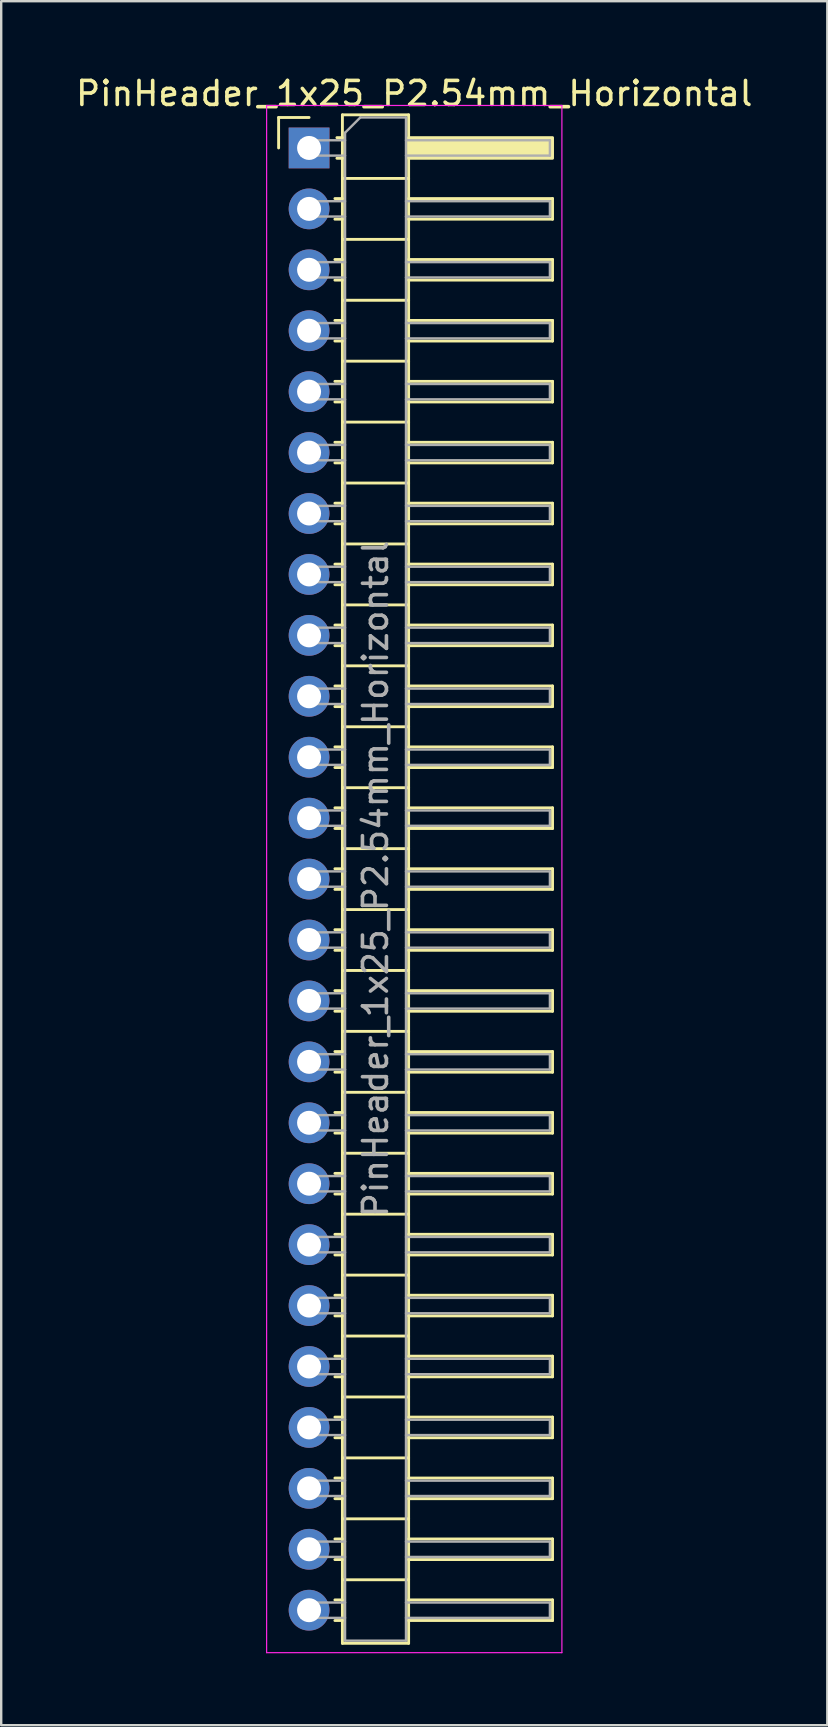
<source format=kicad_pcb>
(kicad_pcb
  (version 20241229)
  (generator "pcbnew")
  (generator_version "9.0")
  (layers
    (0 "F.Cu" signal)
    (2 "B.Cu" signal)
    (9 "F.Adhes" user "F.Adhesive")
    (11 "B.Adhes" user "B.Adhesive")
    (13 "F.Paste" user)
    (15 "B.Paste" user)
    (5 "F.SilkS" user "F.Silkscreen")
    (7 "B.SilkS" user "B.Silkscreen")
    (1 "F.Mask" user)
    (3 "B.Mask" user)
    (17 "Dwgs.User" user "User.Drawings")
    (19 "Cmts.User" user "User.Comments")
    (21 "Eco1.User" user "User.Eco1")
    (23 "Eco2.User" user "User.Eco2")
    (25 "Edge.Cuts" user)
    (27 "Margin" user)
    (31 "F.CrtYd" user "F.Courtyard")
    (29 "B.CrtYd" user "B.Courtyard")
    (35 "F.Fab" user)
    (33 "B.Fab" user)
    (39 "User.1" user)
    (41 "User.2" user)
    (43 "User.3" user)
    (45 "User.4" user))
  (footprint "PinHeader_1x25_P2.54mm_Horizontal"
    (layer "F.Cu")
    (at 9.835 3.118)
    (property "Reference" "PinHeader_1x25_P2.54mm_Horizontal" (at 4.385 -2.27 0) (layer "F.SilkS") (effects (font (size 1 1) (thickness 0.15))))
    (attr through_hole)
    (fp_line (start -1.27 -1.27) (end 0 -1.27) (stroke (width 0.12) (type solid)) (layer "F.SilkS"))
    (fp_line (start -1.27 0) (end -1.27 -1.27) (stroke (width 0.12) (type solid)) (layer "F.SilkS"))
    (fp_line (start 1.077 2.11) (end 1.39 2.11) (stroke (width 0.12) (type solid)) (layer "F.SilkS"))
    (fp_line (start 1.077 2.97) (end 1.39 2.97) (stroke (width 0.12) (type solid)) (layer "F.SilkS"))
    (fp_line (start 1.077 4.65) (end 1.39 4.65) (stroke (width 0.12) (type solid)) (layer "F.SilkS"))
    (fp_line (start 1.077 5.51) (end 1.39 5.51) (stroke (width 0.12) (type solid)) (layer "F.SilkS"))
    (fp_line (start 1.077 7.19) (end 1.39 7.19) (stroke (width 0.12) (type solid)) (layer "F.SilkS"))
    (fp_line (start 1.077 8.05) (end 1.39 8.05) (stroke (width 0.12) (type solid)) (layer "F.SilkS"))
    (fp_line (start 1.077 9.73) (end 1.39 9.73) (stroke (width 0.12) (type solid)) (layer "F.SilkS"))
    (fp_line (start 1.077 10.59) (end 1.39 10.59) (stroke (width 0.12) (type solid)) (layer "F.SilkS"))
    (fp_line (start 1.077 12.27) (end 1.39 12.27) (stroke (width 0.12) (type solid)) (layer "F.SilkS"))
    (fp_line (start 1.077 13.13) (end 1.39 13.13) (stroke (width 0.12) (type solid)) (layer "F.SilkS"))
    (fp_line (start 1.077 14.81) (end 1.39 14.81) (stroke (width 0.12) (type solid)) (layer "F.SilkS"))
    (fp_line (start 1.077 15.67) (end 1.39 15.67) (stroke (width 0.12) (type solid)) (layer "F.SilkS"))
    (fp_line (start 1.077 17.35) (end 1.39 17.35) (stroke (width 0.12) (type solid)) (layer "F.SilkS"))
    (fp_line (start 1.077 18.21) (end 1.39 18.21) (stroke (width 0.12) (type solid)) (layer "F.SilkS"))
    (fp_line (start 1.077 19.89) (end 1.39 19.89) (stroke (width 0.12) (type solid)) (layer "F.SilkS"))
    (fp_line (start 1.077 20.75) (end 1.39 20.75) (stroke (width 0.12) (type solid)) (layer "F.SilkS"))
    (fp_line (start 1.077 22.43) (end 1.39 22.43) (stroke (width 0.12) (type solid)) (layer "F.SilkS"))
    (fp_line (start 1.077 23.29) (end 1.39 23.29) (stroke (width 0.12) (type solid)) (layer "F.SilkS"))
    (fp_line (start 1.077 24.97) (end 1.39 24.97) (stroke (width 0.12) (type solid)) (layer "F.SilkS"))
    (fp_line (start 1.077 25.83) (end 1.39 25.83) (stroke (width 0.12) (type solid)) (layer "F.SilkS"))
    (fp_line (start 1.077 27.51) (end 1.39 27.51) (stroke (width 0.12) (type solid)) (layer "F.SilkS"))
    (fp_line (start 1.077 28.37) (end 1.39 28.37) (stroke (width 0.12) (type solid)) (layer "F.SilkS"))
    (fp_line (start 1.077 30.05) (end 1.39 30.05) (stroke (width 0.12) (type solid)) (layer "F.SilkS"))
    (fp_line (start 1.077 30.91) (end 1.39 30.91) (stroke (width 0.12) (type solid)) (layer "F.SilkS"))
    (fp_line (start 1.077 32.59) (end 1.39 32.59) (stroke (width 0.12) (type solid)) (layer "F.SilkS"))
    (fp_line (start 1.077 33.45) (end 1.39 33.45) (stroke (width 0.12) (type solid)) (layer "F.SilkS"))
    (fp_line (start 1.077 35.13) (end 1.39 35.13) (stroke (width 0.12) (type solid)) (layer "F.SilkS"))
    (fp_line (start 1.077 35.99) (end 1.39 35.99) (stroke (width 0.12) (type solid)) (layer "F.SilkS"))
    (fp_line (start 1.077 37.67) (end 1.39 37.67) (stroke (width 0.12) (type solid)) (layer "F.SilkS"))
    (fp_line (start 1.077 38.53) (end 1.39 38.53) (stroke (width 0.12) (type solid)) (layer "F.SilkS"))
    (fp_line (start 1.077 40.21) (end 1.39 40.21) (stroke (width 0.12) (type solid)) (layer "F.SilkS"))
    (fp_line (start 1.077 41.07) (end 1.39 41.07) (stroke (width 0.12) (type solid)) (layer "F.SilkS"))
    (fp_line (start 1.077 42.75) (end 1.39 42.75) (stroke (width 0.12) (type solid)) (layer "F.SilkS"))
    (fp_line (start 1.077 43.61) (end 1.39 43.61) (stroke (width 0.12) (type solid)) (layer "F.SilkS"))
    (fp_line (start 1.077 45.29) (end 1.39 45.29) (stroke (width 0.12) (type solid)) (layer "F.SilkS"))
    (fp_line (start 1.077 46.15) (end 1.39 46.15) (stroke (width 0.12) (type solid)) (layer "F.SilkS"))
    (fp_line (start 1.077 47.83) (end 1.39 47.83) (stroke (width 0.12) (type solid)) (layer "F.SilkS"))
    (fp_line (start 1.077 48.69) (end 1.39 48.69) (stroke (width 0.12) (type solid)) (layer "F.SilkS"))
    (fp_line (start 1.077 50.37) (end 1.39 50.37) (stroke (width 0.12) (type solid)) (layer "F.SilkS"))
    (fp_line (start 1.077 51.23) (end 1.39 51.23) (stroke (width 0.12) (type solid)) (layer "F.SilkS"))
    (fp_line (start 1.077 52.91) (end 1.39 52.91) (stroke (width 0.12) (type solid)) (layer "F.SilkS"))
    (fp_line (start 1.077 53.77) (end 1.39 53.77) (stroke (width 0.12) (type solid)) (layer "F.SilkS"))
    (fp_line (start 1.077 55.45) (end 1.39 55.45) (stroke (width 0.12) (type solid)) (layer "F.SilkS"))
    (fp_line (start 1.077 56.31) (end 1.39 56.31) (stroke (width 0.12) (type solid)) (layer "F.SilkS"))
    (fp_line (start 1.077 57.99) (end 1.39 57.99) (stroke (width 0.12) (type solid)) (layer "F.SilkS"))
    (fp_line (start 1.077 58.85) (end 1.39 58.85) (stroke (width 0.12) (type solid)) (layer "F.SilkS"))
    (fp_line (start 1.077 60.53) (end 1.39 60.53) (stroke (width 0.12) (type solid)) (layer "F.SilkS"))
    (fp_line (start 1.077 61.39) (end 1.39 61.39) (stroke (width 0.12) (type solid)) (layer "F.SilkS"))
    (fp_line (start 1.16 -0.43) (end 1.39 -0.43) (stroke (width 0.12) (type solid)) (layer "F.SilkS"))
    (fp_line (start 1.16 0.43) (end 1.39 0.43) (stroke (width 0.12) (type solid)) (layer "F.SilkS"))
    (fp_line (start 1.39 -1.38) (end 1.39 62.34) (stroke (width 0.12) (type solid)) (layer "F.SilkS"))
    (fp_line (start 1.39 1.27) (end 4.15 1.27) (stroke (width 0.12) (type solid)) (layer "F.SilkS"))
    (fp_line (start 1.39 3.81) (end 4.15 3.81) (stroke (width 0.12) (type solid)) (layer "F.SilkS"))
    (fp_line (start 1.39 6.35) (end 4.15 6.35) (stroke (width 0.12) (type solid)) (layer "F.SilkS"))
    (fp_line (start 1.39 8.89) (end 4.15 8.89) (stroke (width 0.12) (type solid)) (layer "F.SilkS"))
    (fp_line (start 1.39 11.43) (end 4.15 11.43) (stroke (width 0.12) (type solid)) (layer "F.SilkS"))
    (fp_line (start 1.39 13.97) (end 4.15 13.97) (stroke (width 0.12) (type solid)) (layer "F.SilkS"))
    (fp_line (start 1.39 16.51) (end 4.15 16.51) (stroke (width 0.12) (type solid)) (layer "F.SilkS"))
    (fp_line (start 1.39 19.05) (end 4.15 19.05) (stroke (width 0.12) (type solid)) (layer "F.SilkS"))
    (fp_line (start 1.39 21.59) (end 4.15 21.59) (stroke (width 0.12) (type solid)) (layer "F.SilkS"))
    (fp_line (start 1.39 24.13) (end 4.15 24.13) (stroke (width 0.12) (type solid)) (layer "F.SilkS"))
    (fp_line (start 1.39 26.67) (end 4.15 26.67) (stroke (width 0.12) (type solid)) (layer "F.SilkS"))
    (fp_line (start 1.39 29.21) (end 4.15 29.21) (stroke (width 0.12) (type solid)) (layer "F.SilkS"))
    (fp_line (start 1.39 31.75) (end 4.15 31.75) (stroke (width 0.12) (type solid)) (layer "F.SilkS"))
    (fp_line (start 1.39 34.29) (end 4.15 34.29) (stroke (width 0.12) (type solid)) (layer "F.SilkS"))
    (fp_line (start 1.39 36.83) (end 4.15 36.83) (stroke (width 0.12) (type solid)) (layer "F.SilkS"))
    (fp_line (start 1.39 39.37) (end 4.15 39.37) (stroke (width 0.12) (type solid)) (layer "F.SilkS"))
    (fp_line (start 1.39 41.91) (end 4.15 41.91) (stroke (width 0.12) (type solid)) (layer "F.SilkS"))
    (fp_line (start 1.39 44.45) (end 4.15 44.45) (stroke (width 0.12) (type solid)) (layer "F.SilkS"))
    (fp_line (start 1.39 46.99) (end 4.15 46.99) (stroke (width 0.12) (type solid)) (layer "F.SilkS"))
    (fp_line (start 1.39 49.53) (end 4.15 49.53) (stroke (width 0.12) (type solid)) (layer "F.SilkS"))
    (fp_line (start 1.39 52.07) (end 4.15 52.07) (stroke (width 0.12) (type solid)) (layer "F.SilkS"))
    (fp_line (start 1.39 54.61) (end 4.15 54.61) (stroke (width 0.12) (type solid)) (layer "F.SilkS"))
    (fp_line (start 1.39 57.15) (end 4.15 57.15) (stroke (width 0.12) (type solid)) (layer "F.SilkS"))
    (fp_line (start 1.39 59.69) (end 4.15 59.69) (stroke (width 0.12) (type solid)) (layer "F.SilkS"))
    (fp_line (start 1.39 62.34) (end 4.15 62.34) (stroke (width 0.12) (type solid)) (layer "F.SilkS"))
    (fp_line (start 4.15 -1.38) (end 1.39 -1.38) (stroke (width 0.12) (type solid)) (layer "F.SilkS"))
    (fp_line (start 4.15 2.11) (end 10.15 2.11) (stroke (width 0.12) (type solid)) (layer "F.SilkS"))
    (fp_line (start 4.15 4.65) (end 10.15 4.65) (stroke (width 0.12) (type solid)) (layer "F.SilkS"))
    (fp_line (start 4.15 7.19) (end 10.15 7.19) (stroke (width 0.12) (type solid)) (layer "F.SilkS"))
    (fp_line (start 4.15 9.73) (end 10.15 9.73) (stroke (width 0.12) (type solid)) (layer "F.SilkS"))
    (fp_line (start 4.15 12.27) (end 10.15 12.27) (stroke (width 0.12) (type solid)) (layer "F.SilkS"))
    (fp_line (start 4.15 14.81) (end 10.15 14.81) (stroke (width 0.12) (type solid)) (layer "F.SilkS"))
    (fp_line (start 4.15 17.35) (end 10.15 17.35) (stroke (width 0.12) (type solid)) (layer "F.SilkS"))
    (fp_line (start 4.15 19.89) (end 10.15 19.89) (stroke (width 0.12) (type solid)) (layer "F.SilkS"))
    (fp_line (start 4.15 22.43) (end 10.15 22.43) (stroke (width 0.12) (type solid)) (layer "F.SilkS"))
    (fp_line (start 4.15 24.97) (end 10.15 24.97) (stroke (width 0.12) (type solid)) (layer "F.SilkS"))
    (fp_line (start 4.15 27.51) (end 10.15 27.51) (stroke (width 0.12) (type solid)) (layer "F.SilkS"))
    (fp_line (start 4.15 30.05) (end 10.15 30.05) (stroke (width 0.12) (type solid)) (layer "F.SilkS"))
    (fp_line (start 4.15 32.59) (end 10.15 32.59) (stroke (width 0.12) (type solid)) (layer "F.SilkS"))
    (fp_line (start 4.15 35.13) (end 10.15 35.13) (stroke (width 0.12) (type solid)) (layer "F.SilkS"))
    (fp_line (start 4.15 37.67) (end 10.15 37.67) (stroke (width 0.12) (type solid)) (layer "F.SilkS"))
    (fp_line (start 4.15 40.21) (end 10.15 40.21) (stroke (width 0.12) (type solid)) (layer "F.SilkS"))
    (fp_line (start 4.15 42.75) (end 10.15 42.75) (stroke (width 0.12) (type solid)) (layer "F.SilkS"))
    (fp_line (start 4.15 45.29) (end 10.15 45.29) (stroke (width 0.12) (type solid)) (layer "F.SilkS"))
    (fp_line (start 4.15 47.83) (end 10.15 47.83) (stroke (width 0.12) (type solid)) (layer "F.SilkS"))
    (fp_line (start 4.15 50.37) (end 10.15 50.37) (stroke (width 0.12) (type solid)) (layer "F.SilkS"))
    (fp_line (start 4.15 52.91) (end 10.15 52.91) (stroke (width 0.12) (type solid)) (layer "F.SilkS"))
    (fp_line (start 4.15 55.45) (end 10.15 55.45) (stroke (width 0.12) (type solid)) (layer "F.SilkS"))
    (fp_line (start 4.15 57.99) (end 10.15 57.99) (stroke (width 0.12) (type solid)) (layer "F.SilkS"))
    (fp_line (start 4.15 60.53) (end 10.15 60.53) (stroke (width 0.12) (type solid)) (layer "F.SilkS"))
    (fp_line (start 4.15 62.34) (end 4.15 -1.38) (stroke (width 0.12) (type solid)) (layer "F.SilkS"))
    (fp_line (start 10.15 2.11) (end 10.15 2.97) (stroke (width 0.12) (type solid)) (layer "F.SilkS"))
    (fp_line (start 10.15 2.97) (end 4.15 2.97) (stroke (width 0.12) (type solid)) (layer "F.SilkS"))
    (fp_line (start 10.15 4.65) (end 10.15 5.51) (stroke (width 0.12) (type solid)) (layer "F.SilkS"))
    (fp_line (start 10.15 5.51) (end 4.15 5.51) (stroke (width 0.12) (type solid)) (layer "F.SilkS"))
    (fp_line (start 10.15 7.19) (end 10.15 8.05) (stroke (width 0.12) (type solid)) (layer "F.SilkS"))
    (fp_line (start 10.15 8.05) (end 4.15 8.05) (stroke (width 0.12) (type solid)) (layer "F.SilkS"))
    (fp_line (start 10.15 9.73) (end 10.15 10.59) (stroke (width 0.12) (type solid)) (layer "F.SilkS"))
    (fp_line (start 10.15 10.59) (end 4.15 10.59) (stroke (width 0.12) (type solid)) (layer "F.SilkS"))
    (fp_line (start 10.15 12.27) (end 10.15 13.13) (stroke (width 0.12) (type solid)) (layer "F.SilkS"))
    (fp_line (start 10.15 13.13) (end 4.15 13.13) (stroke (width 0.12) (type solid)) (layer "F.SilkS"))
    (fp_line (start 10.15 14.81) (end 10.15 15.67) (stroke (width 0.12) (type solid)) (layer "F.SilkS"))
    (fp_line (start 10.15 15.67) (end 4.15 15.67) (stroke (width 0.12) (type solid)) (layer "F.SilkS"))
    (fp_line (start 10.15 17.35) (end 10.15 18.21) (stroke (width 0.12) (type solid)) (layer "F.SilkS"))
    (fp_line (start 10.15 18.21) (end 4.15 18.21) (stroke (width 0.12) (type solid)) (layer "F.SilkS"))
    (fp_line (start 10.15 19.89) (end 10.15 20.75) (stroke (width 0.12) (type solid)) (layer "F.SilkS"))
    (fp_line (start 10.15 20.75) (end 4.15 20.75) (stroke (width 0.12) (type solid)) (layer "F.SilkS"))
    (fp_line (start 10.15 22.43) (end 10.15 23.29) (stroke (width 0.12) (type solid)) (layer "F.SilkS"))
    (fp_line (start 10.15 23.29) (end 4.15 23.29) (stroke (width 0.12) (type solid)) (layer "F.SilkS"))
    (fp_line (start 10.15 24.97) (end 10.15 25.83) (stroke (width 0.12) (type solid)) (layer "F.SilkS"))
    (fp_line (start 10.15 25.83) (end 4.15 25.83) (stroke (width 0.12) (type solid)) (layer "F.SilkS"))
    (fp_line (start 10.15 27.51) (end 10.15 28.37) (stroke (width 0.12) (type solid)) (layer "F.SilkS"))
    (fp_line (start 10.15 28.37) (end 4.15 28.37) (stroke (width 0.12) (type solid)) (layer "F.SilkS"))
    (fp_line (start 10.15 30.05) (end 10.15 30.91) (stroke (width 0.12) (type solid)) (layer "F.SilkS"))
    (fp_line (start 10.15 30.91) (end 4.15 30.91) (stroke (width 0.12) (type solid)) (layer "F.SilkS"))
    (fp_line (start 10.15 32.59) (end 10.15 33.45) (stroke (width 0.12) (type solid)) (layer "F.SilkS"))
    (fp_line (start 10.15 33.45) (end 4.15 33.45) (stroke (width 0.12) (type solid)) (layer "F.SilkS"))
    (fp_line (start 10.15 35.13) (end 10.15 35.99) (stroke (width 0.12) (type solid)) (layer "F.SilkS"))
    (fp_line (start 10.15 35.99) (end 4.15 35.99) (stroke (width 0.12) (type solid)) (layer "F.SilkS"))
    (fp_line (start 10.15 37.67) (end 10.15 38.53) (stroke (width 0.12) (type solid)) (layer "F.SilkS"))
    (fp_line (start 10.15 38.53) (end 4.15 38.53) (stroke (width 0.12) (type solid)) (layer "F.SilkS"))
    (fp_line (start 10.15 40.21) (end 10.15 41.07) (stroke (width 0.12) (type solid)) (layer "F.SilkS"))
    (fp_line (start 10.15 41.07) (end 4.15 41.07) (stroke (width 0.12) (type solid)) (layer "F.SilkS"))
    (fp_line (start 10.15 42.75) (end 10.15 43.61) (stroke (width 0.12) (type solid)) (layer "F.SilkS"))
    (fp_line (start 10.15 43.61) (end 4.15 43.61) (stroke (width 0.12) (type solid)) (layer "F.SilkS"))
    (fp_line (start 10.15 45.29) (end 10.15 46.15) (stroke (width 0.12) (type solid)) (layer "F.SilkS"))
    (fp_line (start 10.15 46.15) (end 4.15 46.15) (stroke (width 0.12) (type solid)) (layer "F.SilkS"))
    (fp_line (start 10.15 47.83) (end 10.15 48.69) (stroke (width 0.12) (type solid)) (layer "F.SilkS"))
    (fp_line (start 10.15 48.69) (end 4.15 48.69) (stroke (width 0.12) (type solid)) (layer "F.SilkS"))
    (fp_line (start 10.15 50.37) (end 10.15 51.23) (stroke (width 0.12) (type solid)) (layer "F.SilkS"))
    (fp_line (start 10.15 51.23) (end 4.15 51.23) (stroke (width 0.12) (type solid)) (layer "F.SilkS"))
    (fp_line (start 10.15 52.91) (end 10.15 53.77) (stroke (width 0.12) (type solid)) (layer "F.SilkS"))
    (fp_line (start 10.15 53.77) (end 4.15 53.77) (stroke (width 0.12) (type solid)) (layer "F.SilkS"))
    (fp_line (start 10.15 55.45) (end 10.15 56.31) (stroke (width 0.12) (type solid)) (layer "F.SilkS"))
    (fp_line (start 10.15 56.31) (end 4.15 56.31) (stroke (width 0.12) (type solid)) (layer "F.SilkS"))
    (fp_line (start 10.15 57.99) (end 10.15 58.85) (stroke (width 0.12) (type solid)) (layer "F.SilkS"))
    (fp_line (start 10.15 58.85) (end 4.15 58.85) (stroke (width 0.12) (type solid)) (layer "F.SilkS"))
    (fp_line (start 10.15 60.53) (end 10.15 61.39) (stroke (width 0.12) (type solid)) (layer "F.SilkS"))
    (fp_line (start 10.15 61.39) (end 4.15 61.39) (stroke (width 0.12) (type solid)) (layer "F.SilkS"))
    (fp_rect (start 4.15 -0.43) (end 10.15 0.43) (stroke (width 0.12) (type solid)) (fill yes) (layer "F.SilkS"))
    (fp_line (start -1.77 -1.77) (end -1.77 62.73) (stroke (width 0.05) (type solid)) (layer "F.CrtYd"))
    (fp_line (start -1.77 62.73) (end 10.54 62.73) (stroke (width 0.05) (type solid)) (layer "F.CrtYd"))
    (fp_line (start 10.54 -1.77) (end -1.77 -1.77) (stroke (width 0.05) (type solid)) (layer "F.CrtYd"))
    (fp_line (start 10.54 62.73) (end 10.54 -1.77) (stroke (width 0.05) (type solid)) (layer "F.CrtYd"))
    (fp_line (start -0.32 -0.32) (end -0.32 0.32) (stroke (width 0.1) (type solid)) (layer "F.Fab"))
    (fp_line (start -0.32 -0.32) (end 1.5 -0.32) (stroke (width 0.1) (type solid)) (layer "F.Fab"))
    (fp_line (start -0.32 0.32) (end 1.5 0.32) (stroke (width 0.1) (type solid)) (layer "F.Fab"))
    (fp_line (start -0.32 2.22) (end -0.32 2.86) (stroke (width 0.1) (type solid)) (layer "F.Fab"))
    (fp_line (start -0.32 2.22) (end 1.5 2.22) (stroke (width 0.1) (type solid)) (layer "F.Fab"))
    (fp_line (start -0.32 2.86) (end 1.5 2.86) (stroke (width 0.1) (type solid)) (layer "F.Fab"))
    (fp_line (start -0.32 4.76) (end -0.32 5.4) (stroke (width 0.1) (type solid)) (layer "F.Fab"))
    (fp_line (start -0.32 4.76) (end 1.5 4.76) (stroke (width 0.1) (type solid)) (layer "F.Fab"))
    (fp_line (start -0.32 5.4) (end 1.5 5.4) (stroke (width 0.1) (type solid)) (layer "F.Fab"))
    (fp_line (start -0.32 7.3) (end -0.32 7.94) (stroke (width 0.1) (type solid)) (layer "F.Fab"))
    (fp_line (start -0.32 7.3) (end 1.5 7.3) (stroke (width 0.1) (type solid)) (layer "F.Fab"))
    (fp_line (start -0.32 7.94) (end 1.5 7.94) (stroke (width 0.1) (type solid)) (layer "F.Fab"))
    (fp_line (start -0.32 9.84) (end -0.32 10.48) (stroke (width 0.1) (type solid)) (layer "F.Fab"))
    (fp_line (start -0.32 9.84) (end 1.5 9.84) (stroke (width 0.1) (type solid)) (layer "F.Fab"))
    (fp_line (start -0.32 10.48) (end 1.5 10.48) (stroke (width 0.1) (type solid)) (layer "F.Fab"))
    (fp_line (start -0.32 12.38) (end -0.32 13.02) (stroke (width 0.1) (type solid)) (layer "F.Fab"))
    (fp_line (start -0.32 12.38) (end 1.5 12.38) (stroke (width 0.1) (type solid)) (layer "F.Fab"))
    (fp_line (start -0.32 13.02) (end 1.5 13.02) (stroke (width 0.1) (type solid)) (layer "F.Fab"))
    (fp_line (start -0.32 14.92) (end -0.32 15.56) (stroke (width 0.1) (type solid)) (layer "F.Fab"))
    (fp_line (start -0.32 14.92) (end 1.5 14.92) (stroke (width 0.1) (type solid)) (layer "F.Fab"))
    (fp_line (start -0.32 15.56) (end 1.5 15.56) (stroke (width 0.1) (type solid)) (layer "F.Fab"))
    (fp_line (start -0.32 17.46) (end -0.32 18.1) (stroke (width 0.1) (type solid)) (layer "F.Fab"))
    (fp_line (start -0.32 17.46) (end 1.5 17.46) (stroke (width 0.1) (type solid)) (layer "F.Fab"))
    (fp_line (start -0.32 18.1) (end 1.5 18.1) (stroke (width 0.1) (type solid)) (layer "F.Fab"))
    (fp_line (start -0.32 20) (end -0.32 20.64) (stroke (width 0.1) (type solid)) (layer "F.Fab"))
    (fp_line (start -0.32 20) (end 1.5 20) (stroke (width 0.1) (type solid)) (layer "F.Fab"))
    (fp_line (start -0.32 20.64) (end 1.5 20.64) (stroke (width 0.1) (type solid)) (layer "F.Fab"))
    (fp_line (start -0.32 22.54) (end -0.32 23.18) (stroke (width 0.1) (type solid)) (layer "F.Fab"))
    (fp_line (start -0.32 22.54) (end 1.5 22.54) (stroke (width 0.1) (type solid)) (layer "F.Fab"))
    (fp_line (start -0.32 23.18) (end 1.5 23.18) (stroke (width 0.1) (type solid)) (layer "F.Fab"))
    (fp_line (start -0.32 25.08) (end -0.32 25.72) (stroke (width 0.1) (type solid)) (layer "F.Fab"))
    (fp_line (start -0.32 25.08) (end 1.5 25.08) (stroke (width 0.1) (type solid)) (layer "F.Fab"))
    (fp_line (start -0.32 25.72) (end 1.5 25.72) (stroke (width 0.1) (type solid)) (layer "F.Fab"))
    (fp_line (start -0.32 27.62) (end -0.32 28.26) (stroke (width 0.1) (type solid)) (layer "F.Fab"))
    (fp_line (start -0.32 27.62) (end 1.5 27.62) (stroke (width 0.1) (type solid)) (layer "F.Fab"))
    (fp_line (start -0.32 28.26) (end 1.5 28.26) (stroke (width 0.1) (type solid)) (layer "F.Fab"))
    (fp_line (start -0.32 30.16) (end -0.32 30.8) (stroke (width 0.1) (type solid)) (layer "F.Fab"))
    (fp_line (start -0.32 30.16) (end 1.5 30.16) (stroke (width 0.1) (type solid)) (layer "F.Fab"))
    (fp_line (start -0.32 30.8) (end 1.5 30.8) (stroke (width 0.1) (type solid)) (layer "F.Fab"))
    (fp_line (start -0.32 32.7) (end -0.32 33.34) (stroke (width 0.1) (type solid)) (layer "F.Fab"))
    (fp_line (start -0.32 32.7) (end 1.5 32.7) (stroke (width 0.1) (type solid)) (layer "F.Fab"))
    (fp_line (start -0.32 33.34) (end 1.5 33.34) (stroke (width 0.1) (type solid)) (layer "F.Fab"))
    (fp_line (start -0.32 35.24) (end -0.32 35.88) (stroke (width 0.1) (type solid)) (layer "F.Fab"))
    (fp_line (start -0.32 35.24) (end 1.5 35.24) (stroke (width 0.1) (type solid)) (layer "F.Fab"))
    (fp_line (start -0.32 35.88) (end 1.5 35.88) (stroke (width 0.1) (type solid)) (layer "F.Fab"))
    (fp_line (start -0.32 37.78) (end -0.32 38.42) (stroke (width 0.1) (type solid)) (layer "F.Fab"))
    (fp_line (start -0.32 37.78) (end 1.5 37.78) (stroke (width 0.1) (type solid)) (layer "F.Fab"))
    (fp_line (start -0.32 38.42) (end 1.5 38.42) (stroke (width 0.1) (type solid)) (layer "F.Fab"))
    (fp_line (start -0.32 40.32) (end -0.32 40.96) (stroke (width 0.1) (type solid)) (layer "F.Fab"))
    (fp_line (start -0.32 40.32) (end 1.5 40.32) (stroke (width 0.1) (type solid)) (layer "F.Fab"))
    (fp_line (start -0.32 40.96) (end 1.5 40.96) (stroke (width 0.1) (type solid)) (layer "F.Fab"))
    (fp_line (start -0.32 42.86) (end -0.32 43.5) (stroke (width 0.1) (type solid)) (layer "F.Fab"))
    (fp_line (start -0.32 42.86) (end 1.5 42.86) (stroke (width 0.1) (type solid)) (layer "F.Fab"))
    (fp_line (start -0.32 43.5) (end 1.5 43.5) (stroke (width 0.1) (type solid)) (layer "F.Fab"))
    (fp_line (start -0.32 45.4) (end -0.32 46.04) (stroke (width 0.1) (type solid)) (layer "F.Fab"))
    (fp_line (start -0.32 45.4) (end 1.5 45.4) (stroke (width 0.1) (type solid)) (layer "F.Fab"))
    (fp_line (start -0.32 46.04) (end 1.5 46.04) (stroke (width 0.1) (type solid)) (layer "F.Fab"))
    (fp_line (start -0.32 47.94) (end -0.32 48.58) (stroke (width 0.1) (type solid)) (layer "F.Fab"))
    (fp_line (start -0.32 47.94) (end 1.5 47.94) (stroke (width 0.1) (type solid)) (layer "F.Fab"))
    (fp_line (start -0.32 48.58) (end 1.5 48.58) (stroke (width 0.1) (type solid)) (layer "F.Fab"))
    (fp_line (start -0.32 50.48) (end -0.32 51.12) (stroke (width 0.1) (type solid)) (layer "F.Fab"))
    (fp_line (start -0.32 50.48) (end 1.5 50.48) (stroke (width 0.1) (type solid)) (layer "F.Fab"))
    (fp_line (start -0.32 51.12) (end 1.5 51.12) (stroke (width 0.1) (type solid)) (layer "F.Fab"))
    (fp_line (start -0.32 53.02) (end -0.32 53.66) (stroke (width 0.1) (type solid)) (layer "F.Fab"))
    (fp_line (start -0.32 53.02) (end 1.5 53.02) (stroke (width 0.1) (type solid)) (layer "F.Fab"))
    (fp_line (start -0.32 53.66) (end 1.5 53.66) (stroke (width 0.1) (type solid)) (layer "F.Fab"))
    (fp_line (start -0.32 55.56) (end -0.32 56.2) (stroke (width 0.1) (type solid)) (layer "F.Fab"))
    (fp_line (start -0.32 55.56) (end 1.5 55.56) (stroke (width 0.1) (type solid)) (layer "F.Fab"))
    (fp_line (start -0.32 56.2) (end 1.5 56.2) (stroke (width 0.1) (type solid)) (layer "F.Fab"))
    (fp_line (start -0.32 58.1) (end -0.32 58.74) (stroke (width 0.1) (type solid)) (layer "F.Fab"))
    (fp_line (start -0.32 58.1) (end 1.5 58.1) (stroke (width 0.1) (type solid)) (layer "F.Fab"))
    (fp_line (start -0.32 58.74) (end 1.5 58.74) (stroke (width 0.1) (type solid)) (layer "F.Fab"))
    (fp_line (start -0.32 60.64) (end -0.32 61.28) (stroke (width 0.1) (type solid)) (layer "F.Fab"))
    (fp_line (start -0.32 60.64) (end 1.5 60.64) (stroke (width 0.1) (type solid)) (layer "F.Fab"))
    (fp_line (start -0.32 61.28) (end 1.5 61.28) (stroke (width 0.1) (type solid)) (layer "F.Fab"))
    (fp_line (start 1.5 -0.635) (end 2.135 -1.27) (stroke (width 0.1) (type solid)) (layer "F.Fab"))
    (fp_line (start 1.5 62.23) (end 1.5 -0.635) (stroke (width 0.1) (type solid)) (layer "F.Fab"))
    (fp_line (start 2.135 -1.27) (end 4.04 -1.27) (stroke (width 0.1) (type solid)) (layer "F.Fab"))
    (fp_line (start 4.04 -1.27) (end 4.04 62.23) (stroke (width 0.1) (type solid)) (layer "F.Fab"))
    (fp_line (start 4.04 -0.32) (end 10.04 -0.32) (stroke (width 0.1) (type solid)) (layer "F.Fab"))
    (fp_line (start 4.04 0.32) (end 10.04 0.32) (stroke (width 0.1) (type solid)) (layer "F.Fab"))
    (fp_line (start 4.04 2.22) (end 10.04 2.22) (stroke (width 0.1) (type solid)) (layer "F.Fab"))
    (fp_line (start 4.04 2.86) (end 10.04 2.86) (stroke (width 0.1) (type solid)) (layer "F.Fab"))
    (fp_line (start 4.04 4.76) (end 10.04 4.76) (stroke (width 0.1) (type solid)) (layer "F.Fab"))
    (fp_line (start 4.04 5.4) (end 10.04 5.4) (stroke (width 0.1) (type solid)) (layer "F.Fab"))
    (fp_line (start 4.04 7.3) (end 10.04 7.3) (stroke (width 0.1) (type solid)) (layer "F.Fab"))
    (fp_line (start 4.04 7.94) (end 10.04 7.94) (stroke (width 0.1) (type solid)) (layer "F.Fab"))
    (fp_line (start 4.04 9.84) (end 10.04 9.84) (stroke (width 0.1) (type solid)) (layer "F.Fab"))
    (fp_line (start 4.04 10.48) (end 10.04 10.48) (stroke (width 0.1) (type solid)) (layer "F.Fab"))
    (fp_line (start 4.04 12.38) (end 10.04 12.38) (stroke (width 0.1) (type solid)) (layer "F.Fab"))
    (fp_line (start 4.04 13.02) (end 10.04 13.02) (stroke (width 0.1) (type solid)) (layer "F.Fab"))
    (fp_line (start 4.04 14.92) (end 10.04 14.92) (stroke (width 0.1) (type solid)) (layer "F.Fab"))
    (fp_line (start 4.04 15.56) (end 10.04 15.56) (stroke (width 0.1) (type solid)) (layer "F.Fab"))
    (fp_line (start 4.04 17.46) (end 10.04 17.46) (stroke (width 0.1) (type solid)) (layer "F.Fab"))
    (fp_line (start 4.04 18.1) (end 10.04 18.1) (stroke (width 0.1) (type solid)) (layer "F.Fab"))
    (fp_line (start 4.04 20) (end 10.04 20) (stroke (width 0.1) (type solid)) (layer "F.Fab"))
    (fp_line (start 4.04 20.64) (end 10.04 20.64) (stroke (width 0.1) (type solid)) (layer "F.Fab"))
    (fp_line (start 4.04 22.54) (end 10.04 22.54) (stroke (width 0.1) (type solid)) (layer "F.Fab"))
    (fp_line (start 4.04 23.18) (end 10.04 23.18) (stroke (width 0.1) (type solid)) (layer "F.Fab"))
    (fp_line (start 4.04 25.08) (end 10.04 25.08) (stroke (width 0.1) (type solid)) (layer "F.Fab"))
    (fp_line (start 4.04 25.72) (end 10.04 25.72) (stroke (width 0.1) (type solid)) (layer "F.Fab"))
    (fp_line (start 4.04 27.62) (end 10.04 27.62) (stroke (width 0.1) (type solid)) (layer "F.Fab"))
    (fp_line (start 4.04 28.26) (end 10.04 28.26) (stroke (width 0.1) (type solid)) (layer "F.Fab"))
    (fp_line (start 4.04 30.16) (end 10.04 30.16) (stroke (width 0.1) (type solid)) (layer "F.Fab"))
    (fp_line (start 4.04 30.8) (end 10.04 30.8) (stroke (width 0.1) (type solid)) (layer "F.Fab"))
    (fp_line (start 4.04 32.7) (end 10.04 32.7) (stroke (width 0.1) (type solid)) (layer "F.Fab"))
    (fp_line (start 4.04 33.34) (end 10.04 33.34) (stroke (width 0.1) (type solid)) (layer "F.Fab"))
    (fp_line (start 4.04 35.24) (end 10.04 35.24) (stroke (width 0.1) (type solid)) (layer "F.Fab"))
    (fp_line (start 4.04 35.88) (end 10.04 35.88) (stroke (width 0.1) (type solid)) (layer "F.Fab"))
    (fp_line (start 4.04 37.78) (end 10.04 37.78) (stroke (width 0.1) (type solid)) (layer "F.Fab"))
    (fp_line (start 4.04 38.42) (end 10.04 38.42) (stroke (width 0.1) (type solid)) (layer "F.Fab"))
    (fp_line (start 4.04 40.32) (end 10.04 40.32) (stroke (width 0.1) (type solid)) (layer "F.Fab"))
    (fp_line (start 4.04 40.96) (end 10.04 40.96) (stroke (width 0.1) (type solid)) (layer "F.Fab"))
    (fp_line (start 4.04 42.86) (end 10.04 42.86) (stroke (width 0.1) (type solid)) (layer "F.Fab"))
    (fp_line (start 4.04 43.5) (end 10.04 43.5) (stroke (width 0.1) (type solid)) (layer "F.Fab"))
    (fp_line (start 4.04 45.4) (end 10.04 45.4) (stroke (width 0.1) (type solid)) (layer "F.Fab"))
    (fp_line (start 4.04 46.04) (end 10.04 46.04) (stroke (width 0.1) (type solid)) (layer "F.Fab"))
    (fp_line (start 4.04 47.94) (end 10.04 47.94) (stroke (width 0.1) (type solid)) (layer "F.Fab"))
    (fp_line (start 4.04 48.58) (end 10.04 48.58) (stroke (width 0.1) (type solid)) (layer "F.Fab"))
    (fp_line (start 4.04 50.48) (end 10.04 50.48) (stroke (width 0.1) (type solid)) (layer "F.Fab"))
    (fp_line (start 4.04 51.12) (end 10.04 51.12) (stroke (width 0.1) (type solid)) (layer "F.Fab"))
    (fp_line (start 4.04 53.02) (end 10.04 53.02) (stroke (width 0.1) (type solid)) (layer "F.Fab"))
    (fp_line (start 4.04 53.66) (end 10.04 53.66) (stroke (width 0.1) (type solid)) (layer "F.Fab"))
    (fp_line (start 4.04 55.56) (end 10.04 55.56) (stroke (width 0.1) (type solid)) (layer "F.Fab"))
    (fp_line (start 4.04 56.2) (end 10.04 56.2) (stroke (width 0.1) (type solid)) (layer "F.Fab"))
    (fp_line (start 4.04 58.1) (end 10.04 58.1) (stroke (width 0.1) (type solid)) (layer "F.Fab"))
    (fp_line (start 4.04 58.74) (end 10.04 58.74) (stroke (width 0.1) (type solid)) (layer "F.Fab"))
    (fp_line (start 4.04 60.64) (end 10.04 60.64) (stroke (width 0.1) (type solid)) (layer "F.Fab"))
    (fp_line (start 4.04 61.28) (end 10.04 61.28) (stroke (width 0.1) (type solid)) (layer "F.Fab"))
    (fp_line (start 4.04 62.23) (end 1.5 62.23) (stroke (width 0.1) (type solid)) (layer "F.Fab"))
    (fp_line (start 10.04 -0.32) (end 10.04 0.32) (stroke (width 0.1) (type solid)) (layer "F.Fab"))
    (fp_line (start 10.04 2.22) (end 10.04 2.86) (stroke (width 0.1) (type solid)) (layer "F.Fab"))
    (fp_line (start 10.04 4.76) (end 10.04 5.4) (stroke (width 0.1) (type solid)) (layer "F.Fab"))
    (fp_line (start 10.04 7.3) (end 10.04 7.94) (stroke (width 0.1) (type solid)) (layer "F.Fab"))
    (fp_line (start 10.04 9.84) (end 10.04 10.48) (stroke (width 0.1) (type solid)) (layer "F.Fab"))
    (fp_line (start 10.04 12.38) (end 10.04 13.02) (stroke (width 0.1) (type solid)) (layer "F.Fab"))
    (fp_line (start 10.04 14.92) (end 10.04 15.56) (stroke (width 0.1) (type solid)) (layer "F.Fab"))
    (fp_line (start 10.04 17.46) (end 10.04 18.1) (stroke (width 0.1) (type solid)) (layer "F.Fab"))
    (fp_line (start 10.04 20) (end 10.04 20.64) (stroke (width 0.1) (type solid)) (layer "F.Fab"))
    (fp_line (start 10.04 22.54) (end 10.04 23.18) (stroke (width 0.1) (type solid)) (layer "F.Fab"))
    (fp_line (start 10.04 25.08) (end 10.04 25.72) (stroke (width 0.1) (type solid)) (layer "F.Fab"))
    (fp_line (start 10.04 27.62) (end 10.04 28.26) (stroke (width 0.1) (type solid)) (layer "F.Fab"))
    (fp_line (start 10.04 30.16) (end 10.04 30.8) (stroke (width 0.1) (type solid)) (layer "F.Fab"))
    (fp_line (start 10.04 32.7) (end 10.04 33.34) (stroke (width 0.1) (type solid)) (layer "F.Fab"))
    (fp_line (start 10.04 35.24) (end 10.04 35.88) (stroke (width 0.1) (type solid)) (layer "F.Fab"))
    (fp_line (start 10.04 37.78) (end 10.04 38.42) (stroke (width 0.1) (type solid)) (layer "F.Fab"))
    (fp_line (start 10.04 40.32) (end 10.04 40.96) (stroke (width 0.1) (type solid)) (layer "F.Fab"))
    (fp_line (start 10.04 42.86) (end 10.04 43.5) (stroke (width 0.1) (type solid)) (layer "F.Fab"))
    (fp_line (start 10.04 45.4) (end 10.04 46.04) (stroke (width 0.1) (type solid)) (layer "F.Fab"))
    (fp_line (start 10.04 47.94) (end 10.04 48.58) (stroke (width 0.1) (type solid)) (layer "F.Fab"))
    (fp_line (start 10.04 50.48) (end 10.04 51.12) (stroke (width 0.1) (type solid)) (layer "F.Fab"))
    (fp_line (start 10.04 53.02) (end 10.04 53.66) (stroke (width 0.1) (type solid)) (layer "F.Fab"))
    (fp_line (start 10.04 55.56) (end 10.04 56.2) (stroke (width 0.1) (type solid)) (layer "F.Fab"))
    (fp_line (start 10.04 58.1) (end 10.04 58.74) (stroke (width 0.1) (type solid)) (layer "F.Fab"))
    (fp_line (start 10.04 60.64) (end 10.04 61.28) (stroke (width 0.1) (type solid)) (layer "F.Fab"))
    (fp_text user "${REFERENCE}" (at 2.77 30.48 90) (layer "F.Fab") (effects (font (size 1 1) (thickness 0.15))))
    (pad "1" thru_hole rect (at 0 0) (size 1.7 1.7) (drill 1) (layers "*.Cu" "*.Mask"))
    (pad "2" thru_hole circle (at 0 2.54) (size 1.7 1.7) (drill 1) (layers "*.Cu" "*.Mask"))
    (pad "3" thru_hole circle (at 0 5.08) (size 1.7 1.7) (drill 1) (layers "*.Cu" "*.Mask"))
    (pad "4" thru_hole circle (at 0 7.62) (size 1.7 1.7) (drill 1) (layers "*.Cu" "*.Mask"))
    (pad "5" thru_hole circle (at 0 10.16) (size 1.7 1.7) (drill 1) (layers "*.Cu" "*.Mask"))
    (pad "6" thru_hole circle (at 0 12.7) (size 1.7 1.7) (drill 1) (layers "*.Cu" "*.Mask"))
    (pad "7" thru_hole circle (at 0 15.24) (size 1.7 1.7) (drill 1) (layers "*.Cu" "*.Mask"))
    (pad "8" thru_hole circle (at 0 17.78) (size 1.7 1.7) (drill 1) (layers "*.Cu" "*.Mask"))
    (pad "9" thru_hole circle (at 0 20.32) (size 1.7 1.7) (drill 1) (layers "*.Cu" "*.Mask"))
    (pad "10" thru_hole circle (at 0 22.86) (size 1.7 1.7) (drill 1) (layers "*.Cu" "*.Mask"))
    (pad "11" thru_hole circle (at 0 25.4) (size 1.7 1.7) (drill 1) (layers "*.Cu" "*.Mask"))
    (pad "12" thru_hole circle (at 0 27.94) (size 1.7 1.7) (drill 1) (layers "*.Cu" "*.Mask"))
    (pad "13" thru_hole circle (at 0 30.48) (size 1.7 1.7) (drill 1) (layers "*.Cu" "*.Mask"))
    (pad "14" thru_hole circle (at 0 33.02) (size 1.7 1.7) (drill 1) (layers "*.Cu" "*.Mask"))
    (pad "15" thru_hole circle (at 0 35.56) (size 1.7 1.7) (drill 1) (layers "*.Cu" "*.Mask"))
    (pad "16" thru_hole circle (at 0 38.1) (size 1.7 1.7) (drill 1) (layers "*.Cu" "*.Mask"))
    (pad "17" thru_hole circle (at 0 40.64) (size 1.7 1.7) (drill 1) (layers "*.Cu" "*.Mask"))
    (pad "18" thru_hole circle (at 0 43.18) (size 1.7 1.7) (drill 1) (layers "*.Cu" "*.Mask"))
    (pad "19" thru_hole circle (at 0 45.72) (size 1.7 1.7) (drill 1) (layers "*.Cu" "*.Mask"))
    (pad "20" thru_hole circle (at 0 48.26) (size 1.7 1.7) (drill 1) (layers "*.Cu" "*.Mask"))
    (pad "21" thru_hole circle (at 0 50.8) (size 1.7 1.7) (drill 1) (layers "*.Cu" "*.Mask"))
    (pad "22" thru_hole circle (at 0 53.34) (size 1.7 1.7) (drill 1) (layers "*.Cu" "*.Mask"))
    (pad "23" thru_hole circle (at 0 55.88) (size 1.7 1.7) (drill 1) (layers "*.Cu" "*.Mask"))
    (pad "24" thru_hole circle (at 0 58.42) (size 1.7 1.7) (drill 1) (layers "*.Cu" "*.Mask"))
    (pad "25" thru_hole circle (at 0 60.96) (size 1.7 1.7) (drill 1) (layers "*.Cu" "*.Mask")))
  (gr_rect
    (start -3 -3)
    (end 31.44 68.873)
    (stroke (width 0.1) (type default))
    (fill no)
    (layer "Edge.Cuts")))
</source>
